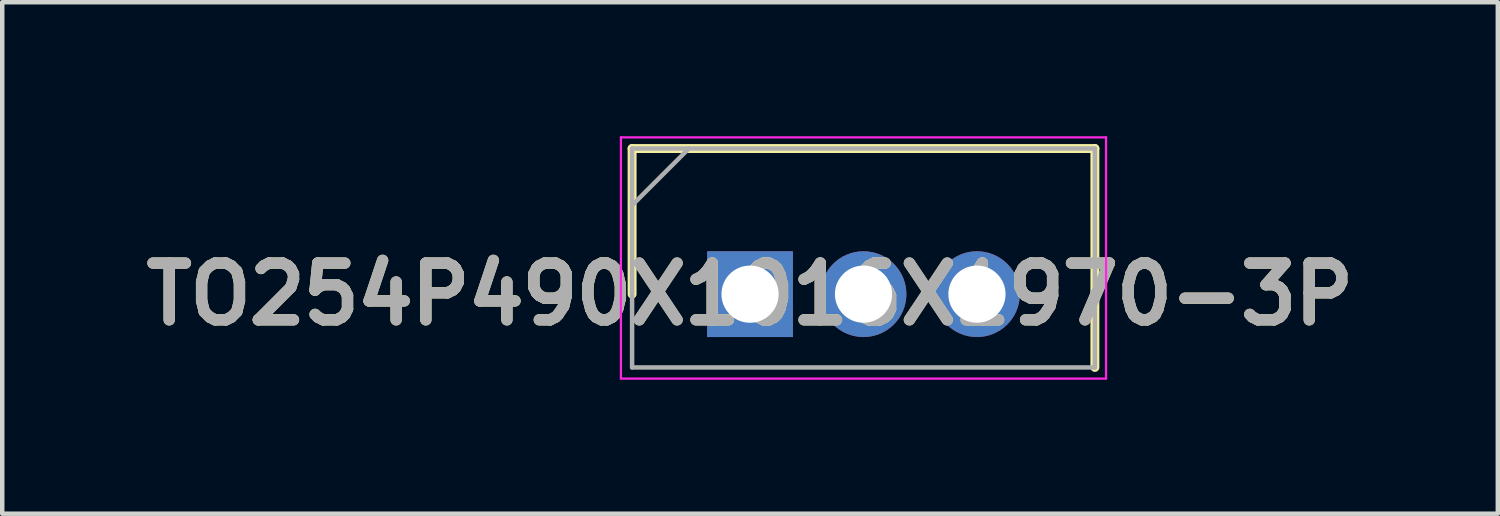
<source format=kicad_pcb>
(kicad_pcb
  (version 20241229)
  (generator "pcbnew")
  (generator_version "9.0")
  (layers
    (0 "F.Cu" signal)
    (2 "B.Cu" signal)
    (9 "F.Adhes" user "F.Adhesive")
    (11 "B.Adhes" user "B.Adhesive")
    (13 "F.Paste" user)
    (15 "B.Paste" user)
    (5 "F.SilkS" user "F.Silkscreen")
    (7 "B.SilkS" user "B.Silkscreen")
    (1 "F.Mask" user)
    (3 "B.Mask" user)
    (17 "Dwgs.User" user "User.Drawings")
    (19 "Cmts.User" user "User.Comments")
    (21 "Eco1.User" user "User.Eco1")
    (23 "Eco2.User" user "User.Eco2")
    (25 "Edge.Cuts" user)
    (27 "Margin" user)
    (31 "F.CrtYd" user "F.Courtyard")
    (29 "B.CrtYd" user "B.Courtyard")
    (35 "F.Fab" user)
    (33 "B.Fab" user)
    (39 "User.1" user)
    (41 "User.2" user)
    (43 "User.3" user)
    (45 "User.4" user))
  (footprint "TO254P490X1016X1970-3P"
    (layer "F.Cu")
    (at 13.74 3.535)
    (property "Reference" "TO254P490X1016X1970-3P" (at 0 0 0) (layer "F.SilkS") (effects (font (size 1.27 1.27) (thickness 0.254))))
    (attr through_hole)
    (fp_line (start -2.64 -3.26) (end -2.64 0) (stroke (width 0.2) (type solid)) (layer "F.SilkS"))
    (fp_line (start 7.72 -3.26) (end -2.64 -3.26) (stroke (width 0.2) (type solid)) (layer "F.SilkS"))
    (fp_line (start 7.72 1.64) (end 7.72 -3.26) (stroke (width 0.2) (type solid)) (layer "F.SilkS"))
    (fp_line (start -2.89 -3.51) (end 7.97 -3.51) (stroke (width 0.05) (type solid)) (layer "F.CrtYd"))
    (fp_line (start -2.89 1.89) (end -2.89 -3.51) (stroke (width 0.05) (type solid)) (layer "F.CrtYd"))
    (fp_line (start 7.97 -3.51) (end 7.97 1.89) (stroke (width 0.05) (type solid)) (layer "F.CrtYd"))
    (fp_line (start 7.97 1.89) (end -2.89 1.89) (stroke (width 0.05) (type solid)) (layer "F.CrtYd"))
    (fp_line (start -2.64 -3.26) (end 7.72 -3.26) (stroke (width 0.1) (type solid)) (layer "F.Fab"))
    (fp_line (start -2.64 -1.99) (end -1.37 -3.26) (stroke (width 0.1) (type solid)) (layer "F.Fab"))
    (fp_line (start -2.64 1.64) (end -2.64 -3.26) (stroke (width 0.1) (type solid)) (layer "F.Fab"))
    (fp_line (start 7.72 -3.26) (end 7.72 1.64) (stroke (width 0.1) (type solid)) (layer "F.Fab"))
    (fp_line (start 7.72 1.64) (end -2.64 1.64) (stroke (width 0.1) (type solid)) (layer "F.Fab"))
    (fp_text user "${REFERENCE}" (at 0 0 0) (layer "F.Fab") (effects (font (size 1.27 1.27) (thickness 0.254))))
    (pad "1" thru_hole rect (at 0 0) (size 1.92 1.92) (drill 1.28) (layers "*.Cu" "*.Mask"))
    (pad "2" thru_hole circle (at 2.54 0) (size 1.92 1.92) (drill 1.28) (layers "*.Cu" "*.Mask"))
    (pad "3" thru_hole circle (at 5.08 0) (size 1.92 1.92) (drill 1.28) (layers "*.Cu" "*.Mask")))
  (gr_rect
    (start -3 -3)
    (end 30.48 8.45)
    (stroke (width 0.1) (type default))
    (fill no)
    (layer "Edge.Cuts")))
</source>
